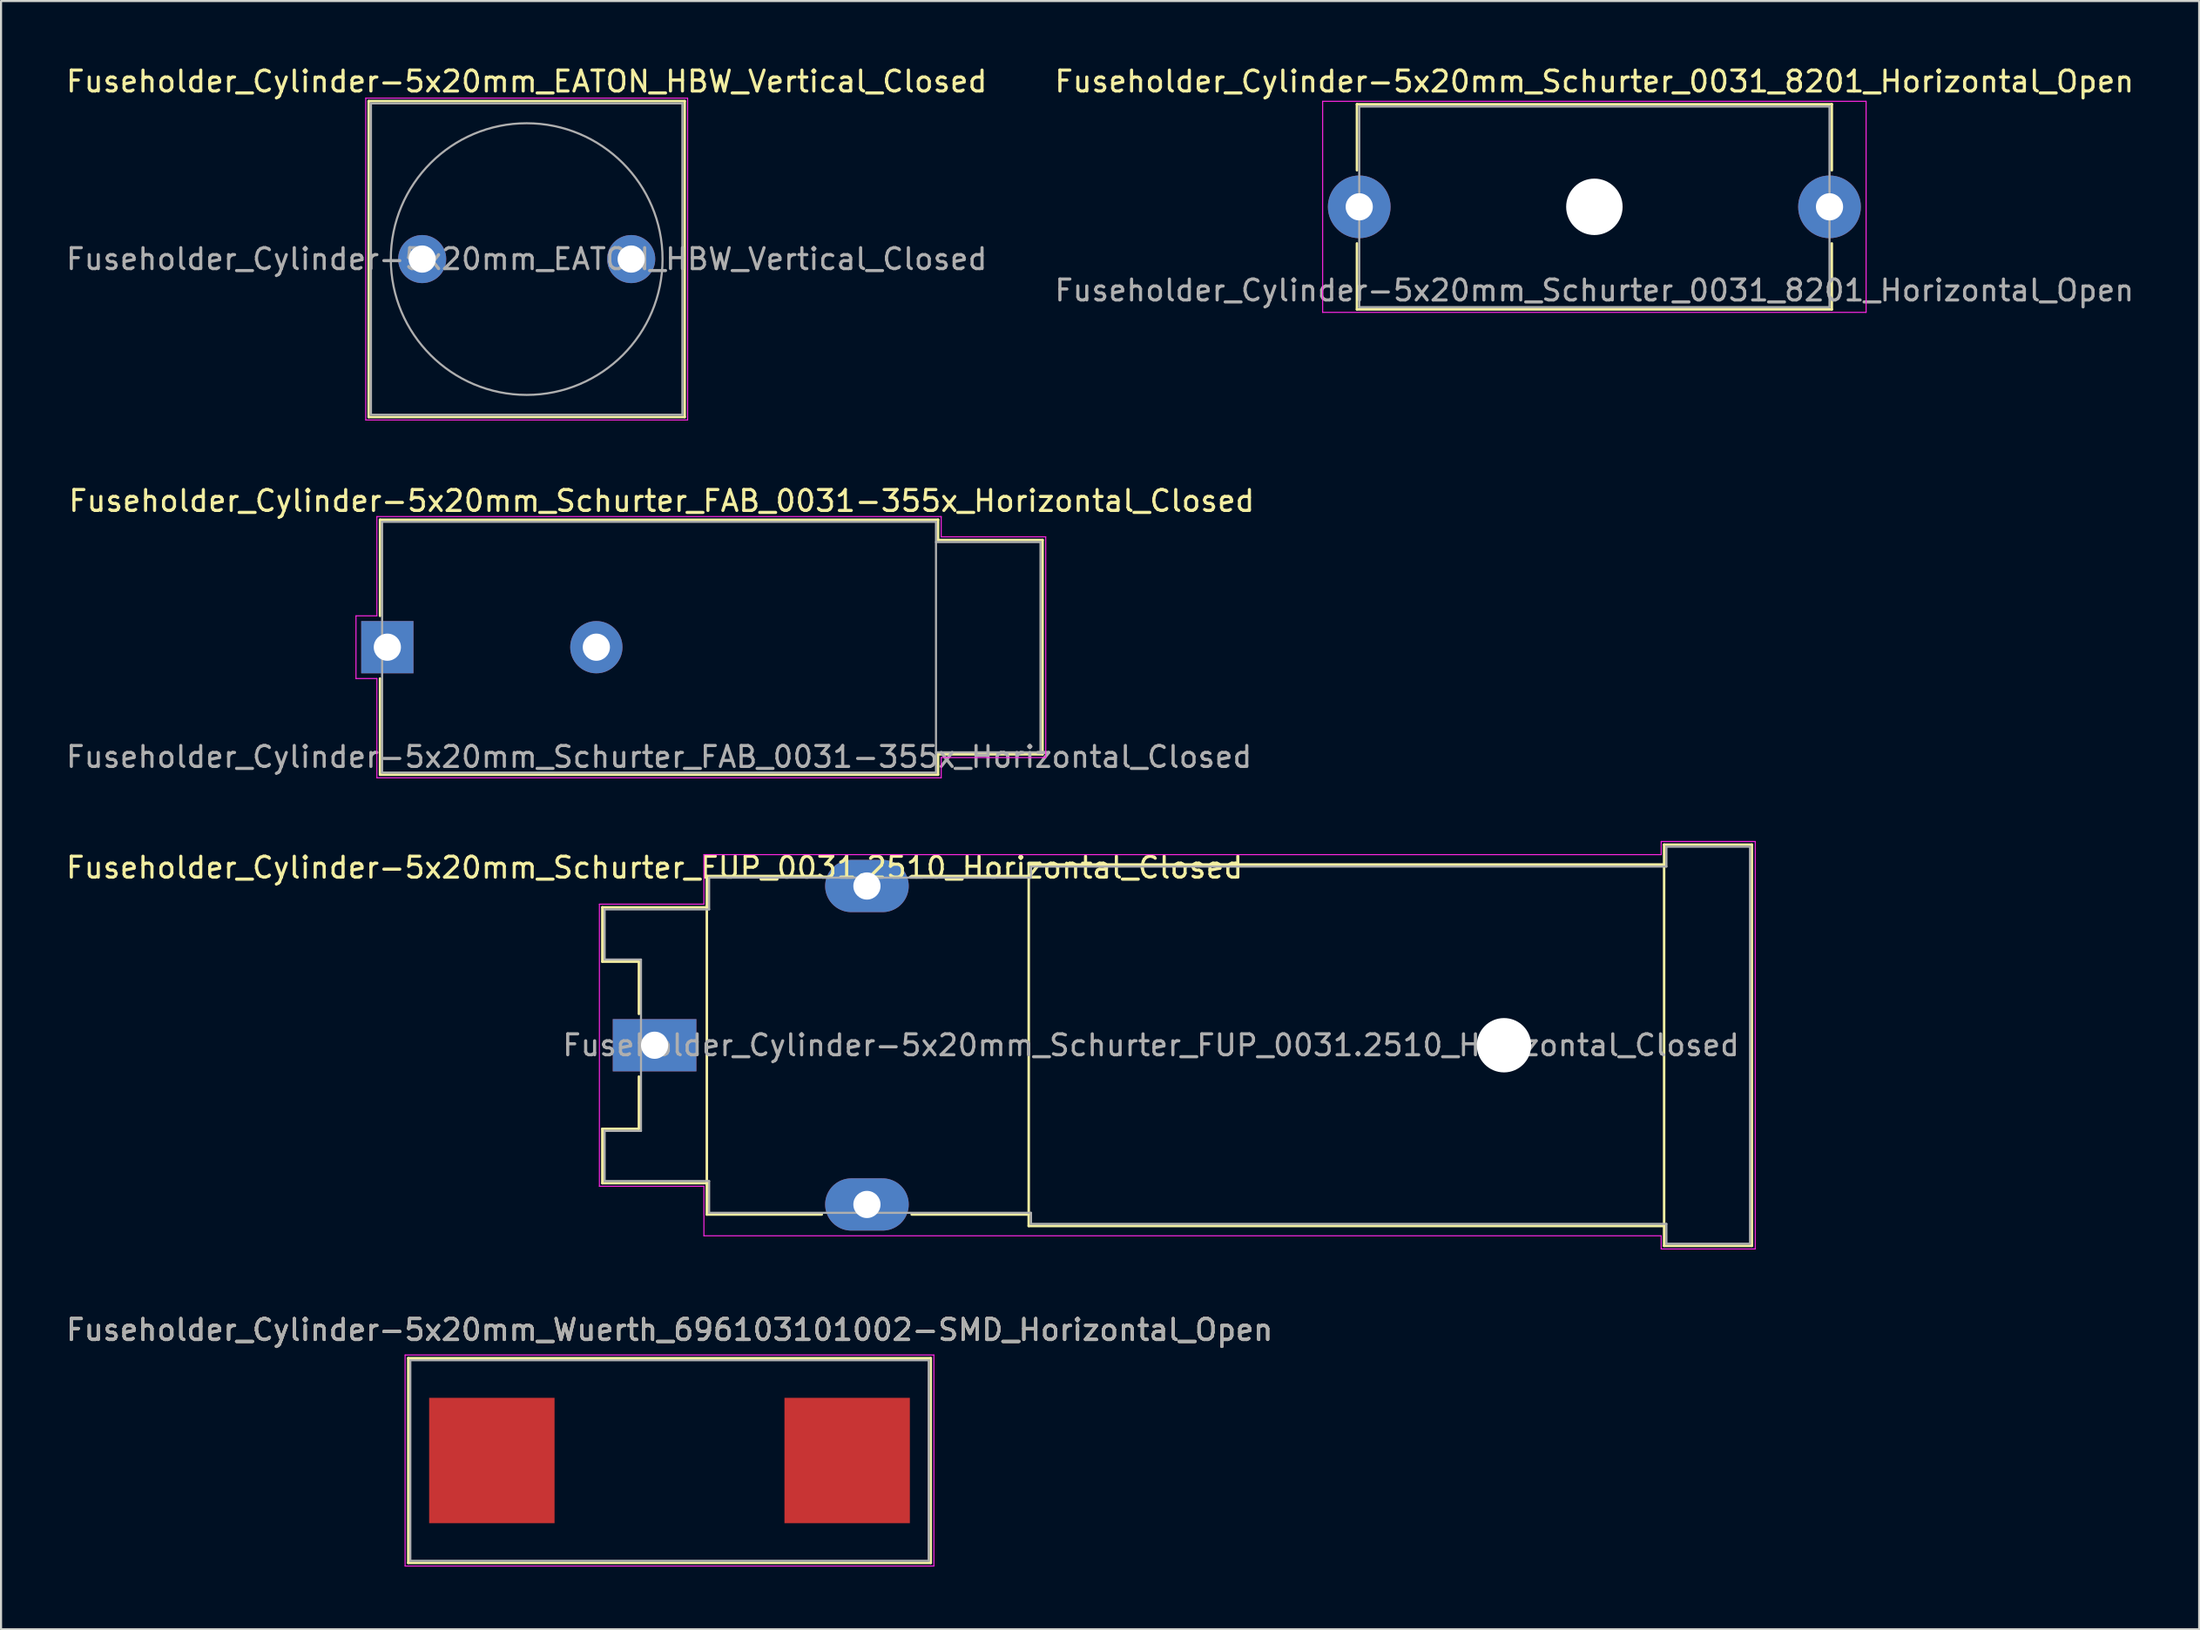
<source format=kicad_pcb>
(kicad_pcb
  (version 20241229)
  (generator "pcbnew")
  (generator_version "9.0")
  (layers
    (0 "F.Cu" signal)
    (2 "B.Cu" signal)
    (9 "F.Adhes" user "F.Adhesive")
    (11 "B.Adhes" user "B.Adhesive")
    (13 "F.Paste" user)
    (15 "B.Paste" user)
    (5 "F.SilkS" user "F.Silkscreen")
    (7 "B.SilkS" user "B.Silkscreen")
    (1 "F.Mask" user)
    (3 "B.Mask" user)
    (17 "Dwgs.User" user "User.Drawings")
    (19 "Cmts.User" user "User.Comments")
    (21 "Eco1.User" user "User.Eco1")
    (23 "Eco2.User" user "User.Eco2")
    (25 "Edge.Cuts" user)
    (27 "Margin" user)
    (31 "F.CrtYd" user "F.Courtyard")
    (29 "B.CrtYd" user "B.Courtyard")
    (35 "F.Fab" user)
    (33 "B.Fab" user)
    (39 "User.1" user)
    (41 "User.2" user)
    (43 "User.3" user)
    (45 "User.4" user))
  (footprint "Fuseholder_Cylinder-5x20mm_Schurter_0031_8201_Horizontal_Open"
    (layer "F.Cu")
    (at 61.982 6.848)
    (property "Reference" "Fuseholder_Cylinder-5x20mm_Schurter_0031_8201_Horizontal_Open" (at 11.25 -6 0) (layer "F.SilkS") (effects (font (size 1 1) (thickness 0.15))))
    (attr through_hole)
    (fp_line (start -0.11 -4.91) (end 22.61 -4.91) (stroke (width 0.12) (type solid)) (layer "F.SilkS"))
    (fp_line (start -0.11 -1.75) (end -0.11 -4.91) (stroke (width 0.12) (type solid)) (layer "F.SilkS"))
    (fp_line (start -0.11 4.91) (end -0.11 1.75) (stroke (width 0.12) (type solid)) (layer "F.SilkS"))
    (fp_line (start -0.11 4.91) (end 22.61 4.91) (stroke (width 0.12) (type solid)) (layer "F.SilkS"))
    (fp_line (start 22.61 -1.75) (end 22.61 -4.91) (stroke (width 0.12) (type solid)) (layer "F.SilkS"))
    (fp_line (start 22.61 4.91) (end 22.61 1.75) (stroke (width 0.12) (type solid)) (layer "F.SilkS"))
    (fp_line (start -1.75 -5.05) (end 24.25 -5.05) (stroke (width 0.05) (type solid)) (layer "F.CrtYd"))
    (fp_line (start -1.75 5.05) (end -1.75 -5.05) (stroke (width 0.05) (type solid)) (layer "F.CrtYd"))
    (fp_line (start 24.25 -5.05) (end 24.25 5.05) (stroke (width 0.05) (type solid)) (layer "F.CrtYd"))
    (fp_line (start 24.25 5.05) (end -1.75 5.05) (stroke (width 0.05) (type solid)) (layer "F.CrtYd"))
    (fp_line (start 0 -4.8) (end 0 4.8) (stroke (width 0.1) (type solid)) (layer "F.Fab"))
    (fp_line (start 0 4.8) (end 22.5 4.8) (stroke (width 0.1) (type solid)) (layer "F.Fab"))
    (fp_line (start 22.5 -4.8) (end 0 -4.8) (stroke (width 0.1) (type solid)) (layer "F.Fab"))
    (fp_line (start 22.5 4.8) (end 22.5 -4.8) (stroke (width 0.1) (type solid)) (layer "F.Fab"))
    (fp_text user "${REFERENCE}" (at 11.25 4 0) (layer "F.Fab") (effects (font (size 1 1) (thickness 0.15))))
    (pad "" np_thru_hole circle (at 11.25 0) (size 2.7 2.7) (drill 2.7) (layers "*.Cu" "*.Mask"))
    (pad "1" thru_hole circle (at 0 0) (size 3 3) (drill 1.3) (layers "*.Cu" "*.Mask"))
    (pad "2" thru_hole circle (at 22.5 0) (size 3 3) (drill 1.3) (layers "*.Cu" "*.Mask")))
  (footprint "Fuseholder_Cylinder-5x20mm_EATON_HBW_Vertical_Closed"
    (layer "F.Cu")
    (at 17.149 9.348)
    (property "Reference" "Fuseholder_Cylinder-5x20mm_EATON_HBW_Vertical_Closed" (at 5 -8.5 0) (layer "F.SilkS") (effects (font (size 1 1) (thickness 0.15))))
    (attr through_hole)
    (fp_line (start -2.56 -7.56) (end 12.56 -7.56) (stroke (width 0.12) (type solid)) (layer "F.SilkS"))
    (fp_line (start -2.56 7.56) (end -2.56 -7.56) (stroke (width 0.12) (type solid)) (layer "F.SilkS"))
    (fp_line (start 12.56 -7.56) (end 12.56 7.56) (stroke (width 0.12) (type solid)) (layer "F.SilkS"))
    (fp_line (start 12.56 7.56) (end -2.56 7.56) (stroke (width 0.12) (type solid)) (layer "F.SilkS"))
    (fp_line (start -2.7 -7.7) (end 12.7 -7.7) (stroke (width 0.05) (type solid)) (layer "F.CrtYd"))
    (fp_line (start -2.7 7.7) (end -2.7 -7.7) (stroke (width 0.05) (type solid)) (layer "F.CrtYd"))
    (fp_line (start 12.7 -7.7) (end 12.7 7.7) (stroke (width 0.05) (type solid)) (layer "F.CrtYd"))
    (fp_line (start 12.7 7.7) (end -2.7 7.7) (stroke (width 0.05) (type solid)) (layer "F.CrtYd"))
    (fp_line (start -2.45 -7.45) (end 12.45 -7.45) (stroke (width 0.1) (type solid)) (layer "F.Fab"))
    (fp_line (start -2.45 7.45) (end -2.45 -7.45) (stroke (width 0.1) (type solid)) (layer "F.Fab"))
    (fp_line (start 12.45 -7.45) (end 12.45 7.45) (stroke (width 0.1) (type solid)) (layer "F.Fab"))
    (fp_line (start 12.45 7.45) (end -2.45 7.45) (stroke (width 0.1) (type solid)) (layer "F.Fab"))
    (fp_circle (center 5 0) (end 11.5 0) (stroke (width 0.1) (type solid)) (fill no) (layer "F.Fab"))
    (fp_text user "${REFERENCE}" (at 5 0 0) (layer "F.Fab") (effects (font (size 1 1) (thickness 0.15))))
    (pad "1" thru_hole circle (at 0 0) (size 2.3 2.3) (drill 1.3) (layers "*.Cu" "*.Mask"))
    (pad "2" thru_hole circle (at 10 0) (size 2.3 2.3) (drill 1.3) (layers "*.Cu" "*.Mask")))
  (footprint "Fuseholder_Cylinder-5x20mm_Wuerth_696103101002-SMD_Horizontal_Open"
    (layer "F.Cu")
    (at 28.982 66.845)
    (property "Reference" "Fuseholder_Cylinder-5x20mm_Wuerth_696103101002-SMD_Horizontal_Open" (at 0 -6.25 0) (layer "F.SilkS") (effects (font (size 1 1) (thickness 0.15))))
    (attr smd)
    (fp_line (start -12.5 -4.9) (end 12.5 -4.9) (stroke (width 0.12) (type solid)) (layer "F.SilkS"))
    (fp_line (start -12.5 4.9) (end -12.5 -4.9) (stroke (width 0.12) (type solid)) (layer "F.SilkS"))
    (fp_line (start 12.5 -4.9) (end 12.5 4.9) (stroke (width 0.12) (type solid)) (layer "F.SilkS"))
    (fp_line (start 12.5 4.9) (end -12.5 4.9) (stroke (width 0.12) (type solid)) (layer "F.SilkS"))
    (fp_line (start -12.65 -5.05) (end 12.65 -5.05) (stroke (width 0.05) (type solid)) (layer "F.CrtYd"))
    (fp_line (start -12.65 5.05) (end -12.65 -5.05) (stroke (width 0.05) (type solid)) (layer "F.CrtYd"))
    (fp_line (start 12.65 -5.05) (end 12.65 5.05) (stroke (width 0.05) (type solid)) (layer "F.CrtYd"))
    (fp_line (start 12.65 5.05) (end -12.65 5.05) (stroke (width 0.05) (type solid)) (layer "F.CrtYd"))
    (fp_line (start -12.4 -4.8) (end -12.4 4.8) (stroke (width 0.1) (type solid)) (layer "F.Fab"))
    (fp_line (start -12.4 -4.8) (end 12.4 -4.8) (stroke (width 0.1) (type solid)) (layer "F.Fab"))
    (fp_line (start 12.4 -4.8) (end 12.4 4.8) (stroke (width 0.1) (type solid)) (layer "F.Fab"))
    (fp_line (start 12.4 4.8) (end -12.4 4.8) (stroke (width 0.1) (type solid)) (layer "F.Fab"))
    (fp_text user "${REFERENCE}" (at 0 -6.25 0) (layer "F.Fab") (effects (font (size 1 1) (thickness 0.15))))
    (fp_text user "${REFERENCE}" (at 0 -6.25 0) (layer "F.Fab") (effects (font (size 1 1) (thickness 0.15))))
    (pad "1" smd rect (at -8.5 0) (size 6 6) (layers "F.Cu" "F.Mask" "F.Paste"))
    (pad "2" smd rect (at 8.5 0) (size 6 6) (layers "F.Cu" "F.Mask" "F.Paste")))
  (footprint "Fuseholder_Cylinder-5x20mm_Schurter_FAB_0031-355x_Horizontal_Closed"
    (layer "F.Cu")
    (at 15.482 27.922)
    (property "Reference" "Fuseholder_Cylinder-5x20mm_Schurter_FAB_0031-355x_Horizontal_Closed" (at 13.125 -7 0) (layer "F.SilkS") (effects (font (size 1 1) (thickness 0.15))))
    (attr through_hole)
    (fp_line (start -0.35 -6.1) (end -0.35 -1.5) (stroke (width 0.12) (type solid)) (layer "F.SilkS"))
    (fp_line (start -0.35 1.5) (end -0.35 6.1) (stroke (width 0.12) (type solid)) (layer "F.SilkS"))
    (fp_line (start -0.35 6.1) (end 26.35 6.1) (stroke (width 0.12) (type solid)) (layer "F.SilkS"))
    (fp_line (start 26.35 -6.1) (end -0.35 -6.1) (stroke (width 0.12) (type solid)) (layer "F.SilkS"))
    (fp_line (start 26.35 -5.13) (end 26.35 -6.1) (stroke (width 0.12) (type solid)) (layer "F.SilkS"))
    (fp_line (start 26.35 -5.13) (end 31.35 -5.13) (stroke (width 0.12) (type solid)) (layer "F.SilkS"))
    (fp_line (start 26.35 5.13) (end 26.35 6.1) (stroke (width 0.12) (type solid)) (layer "F.SilkS"))
    (fp_line (start 31.35 -5.13) (end 31.35 5.13) (stroke (width 0.12) (type solid)) (layer "F.SilkS"))
    (fp_line (start 31.35 5.13) (end 26.35 5.13) (stroke (width 0.12) (type solid)) (layer "F.SilkS"))
    (fp_line (start -1.5 -1.5) (end -1.5 1.5) (stroke (width 0.05) (type solid)) (layer "F.CrtYd"))
    (fp_line (start -1.5 1.5) (end -0.5 1.5) (stroke (width 0.05) (type solid)) (layer "F.CrtYd"))
    (fp_line (start -0.5 -6.25) (end -0.5 -1.5) (stroke (width 0.05) (type solid)) (layer "F.CrtYd"))
    (fp_line (start -0.5 -6.25) (end 26.5 -6.25) (stroke (width 0.05) (type solid)) (layer "F.CrtYd"))
    (fp_line (start -0.5 -1.5) (end -1.5 -1.5) (stroke (width 0.05) (type solid)) (layer "F.CrtYd"))
    (fp_line (start -0.5 1.5) (end -0.5 6.25) (stroke (width 0.05) (type solid)) (layer "F.CrtYd"))
    (fp_line (start 26.5 -6.25) (end 26.5 -5.28) (stroke (width 0.05) (type solid)) (layer "F.CrtYd"))
    (fp_line (start 26.5 5.28) (end 26.5 6.25) (stroke (width 0.05) (type solid)) (layer "F.CrtYd"))
    (fp_line (start 26.5 5.28) (end 31.5 5.28) (stroke (width 0.05) (type solid)) (layer "F.CrtYd"))
    (fp_line (start 26.5 6.25) (end -0.5 6.25) (stroke (width 0.05) (type solid)) (layer "F.CrtYd"))
    (fp_line (start 31.5 -5.28) (end 26.5 -5.28) (stroke (width 0.05) (type solid)) (layer "F.CrtYd"))
    (fp_line (start 31.5 5.28) (end 31.5 -5.28) (stroke (width 0.05) (type solid)) (layer "F.CrtYd"))
    (fp_line (start -0.25 -6) (end 26.25 -6) (stroke (width 0.1) (type solid)) (layer "F.Fab"))
    (fp_line (start -0.25 6) (end -0.25 -6) (stroke (width 0.1) (type solid)) (layer "F.Fab"))
    (fp_line (start 26.25 -6) (end 26.25 6) (stroke (width 0.1) (type solid)) (layer "F.Fab"))
    (fp_line (start 26.25 -5.03) (end 31.25 -5.03) (stroke (width 0.1) (type solid)) (layer "F.Fab"))
    (fp_line (start 26.25 6) (end -0.25 6) (stroke (width 0.1) (type solid)) (layer "F.Fab"))
    (fp_line (start 31.25 -5.03) (end 31.25 5.03) (stroke (width 0.1) (type solid)) (layer "F.Fab"))
    (fp_line (start 31.25 5.03) (end 26.25 5.03) (stroke (width 0.1) (type solid)) (layer "F.Fab"))
    (fp_text user "${REFERENCE}" (at 13 5.25 0) (layer "F.Fab") (effects (font (size 1 1) (thickness 0.15))))
    (pad "1" thru_hole rect (at 0 0) (size 2.5 2.5) (drill 1.3) (layers "*.Cu" "*.Mask"))
    (pad "2" thru_hole circle (at 10 0) (size 2.5 2.5) (drill 1.3) (layers "*.Cu" "*.Mask")))
  (footprint "Fuseholder_Cylinder-5x20mm_Schurter_FUP_0031.2510_Horizontal_Closed"
    (layer "F.Cu")
    (at 28.268 46.971)
    (property "Reference" "Fuseholder_Cylinder-5x20mm_Schurter_FUP_0031.2510_Horizontal_Closed" (at 0 -8.5 0) (layer "F.SilkS") (effects (font (size 1 1) (thickness 0.15))))
    (attr through_hole)
    (fp_line (start -2.5 -6.6) (end 2.5 -6.6) (stroke (width 0.12) (type solid)) (layer "F.SilkS"))
    (fp_line (start -2.5 -4) (end -2.5 -6.6) (stroke (width 0.12) (type solid)) (layer "F.SilkS"))
    (fp_line (start -2.5 4) (end -0.75 4) (stroke (width 0.12) (type solid)) (layer "F.SilkS"))
    (fp_line (start -2.5 6.6) (end -2.5 4) (stroke (width 0.12) (type solid)) (layer "F.SilkS"))
    (fp_line (start -2.5 6.6) (end 2.5 6.6) (stroke (width 0.12) (type solid)) (layer "F.SilkS"))
    (fp_line (start -0.75 -4) (end -2.5 -4) (stroke (width 0.12) (type solid)) (layer "F.SilkS"))
    (fp_line (start -0.75 -1.5) (end -0.75 -4) (stroke (width 0.12) (type solid)) (layer "F.SilkS"))
    (fp_line (start -0.75 4) (end -0.75 1.5) (stroke (width 0.12) (type solid)) (layer "F.SilkS"))
    (fp_line (start 2.5 -8.1) (end 8 -8.1) (stroke (width 0.12) (type solid)) (layer "F.SilkS"))
    (fp_line (start 2.5 8.1) (end 2.5 -8.1) (stroke (width 0.12) (type solid)) (layer "F.SilkS"))
    (fp_line (start 2.5 8.1) (end 8 8.1) (stroke (width 0.12) (type solid)) (layer "F.SilkS"))
    (fp_line (start 12.3 -8.1) (end 17.9 -8.1) (stroke (width 0.12) (type solid)) (layer "F.SilkS"))
    (fp_line (start 12.3 8.1) (end 17.9 8.1) (stroke (width 0.12) (type solid)) (layer "F.SilkS"))
    (fp_line (start 17.9 -8.65) (end 48.3 -8.65) (stroke (width 0.12) (type solid)) (layer "F.SilkS"))
    (fp_line (start 17.9 8.65) (end 17.9 -8.65) (stroke (width 0.12) (type solid)) (layer "F.SilkS"))
    (fp_line (start 17.9 8.65) (end 48.3 8.65) (stroke (width 0.12) (type solid)) (layer "F.SilkS"))
    (fp_line (start 48.3 -9.6) (end 52.5 -9.6) (stroke (width 0.12) (type solid)) (layer "F.SilkS"))
    (fp_line (start 48.3 9.6) (end 48.3 -9.6) (stroke (width 0.12) (type solid)) (layer "F.SilkS"))
    (fp_line (start 48.3 9.6) (end 52.5 9.6) (stroke (width 0.12) (type solid)) (layer "F.SilkS"))
    (fp_line (start 52.5 -9.6) (end 52.5 9.6) (stroke (width 0.12) (type solid)) (layer "F.SilkS"))
    (fp_line (start -2.64 -6.75) (end 2.36 -6.75) (stroke (width 0.05) (type solid)) (layer "F.CrtYd"))
    (fp_line (start -2.64 6.75) (end -2.64 -6.75) (stroke (width 0.05) (type solid)) (layer "F.CrtYd"))
    (fp_line (start -2.64 6.75) (end 2.36 6.75) (stroke (width 0.05) (type solid)) (layer "F.CrtYd"))
    (fp_line (start 2.36 -9.12) (end 2.36 -6.75) (stroke (width 0.05) (type solid)) (layer "F.CrtYd"))
    (fp_line (start 2.36 -9.12) (end 48.16 -9.12) (stroke (width 0.05) (type solid)) (layer "F.CrtYd"))
    (fp_line (start 2.36 6.75) (end 2.36 9.12) (stroke (width 0.05) (type solid)) (layer "F.CrtYd"))
    (fp_line (start 48.16 -9.75) (end 48.16 -9.12) (stroke (width 0.05) (type solid)) (layer "F.CrtYd"))
    (fp_line (start 48.16 -9.75) (end 52.66 -9.75) (stroke (width 0.05) (type solid)) (layer "F.CrtYd"))
    (fp_line (start 48.16 9.12) (end 2.36 9.12) (stroke (width 0.05) (type solid)) (layer "F.CrtYd"))
    (fp_line (start 48.16 9.12) (end 48.16 9.75) (stroke (width 0.05) (type solid)) (layer "F.CrtYd"))
    (fp_line (start 48.16 9.75) (end 52.66 9.75) (stroke (width 0.05) (type solid)) (layer "F.CrtYd"))
    (fp_line (start 52.66 -9.75) (end 52.66 9.75) (stroke (width 0.05) (type solid)) (layer "F.CrtYd"))
    (fp_line (start -2.39 -4.1) (end -2.39 -6.5) (stroke (width 0.1) (type solid)) (layer "F.Fab"))
    (fp_line (start -2.39 -4.1) (end -0.65 -4.1) (stroke (width 0.1) (type solid)) (layer "F.Fab"))
    (fp_line (start -2.39 4.1) (end -2.39 6.5) (stroke (width 0.1) (type solid)) (layer "F.Fab"))
    (fp_line (start -2.39 6.5) (end 2.61 6.5) (stroke (width 0.1) (type solid)) (layer "F.Fab"))
    (fp_line (start -0.65 -4.1) (end -0.65 4.1) (stroke (width 0.1) (type solid)) (layer "F.Fab"))
    (fp_line (start -0.65 4.1) (end -2.39 4.1) (stroke (width 0.1) (type solid)) (layer "F.Fab"))
    (fp_line (start 2.61 -8.02) (end 2.61 -6.5) (stroke (width 0.1) (type solid)) (layer "F.Fab"))
    (fp_line (start 2.61 -6.5) (end -2.39 -6.5) (stroke (width 0.1) (type solid)) (layer "F.Fab"))
    (fp_line (start 2.61 6.5) (end 2.61 8.02) (stroke (width 0.1) (type solid)) (layer "F.Fab"))
    (fp_line (start 2.61 8.02) (end 18.01 8.02) (stroke (width 0.1) (type solid)) (layer "F.Fab"))
    (fp_line (start 18.01 -8.55) (end 18.01 -8.02) (stroke (width 0.1) (type solid)) (layer "F.Fab"))
    (fp_line (start 18.01 -8.02) (end 2.61 -8.02) (stroke (width 0.1) (type solid)) (layer "F.Fab"))
    (fp_line (start 18.01 8.02) (end 18.01 8.55) (stroke (width 0.1) (type solid)) (layer "F.Fab"))
    (fp_line (start 18.01 8.55) (end 48.41 8.55) (stroke (width 0.1) (type solid)) (layer "F.Fab"))
    (fp_line (start 48.41 -9.5) (end 48.41 -8.55) (stroke (width 0.1) (type solid)) (layer "F.Fab"))
    (fp_line (start 48.41 -8.55) (end 18.01 -8.55) (stroke (width 0.1) (type solid)) (layer "F.Fab"))
    (fp_line (start 48.41 8.55) (end 48.41 9.5) (stroke (width 0.1) (type solid)) (layer "F.Fab"))
    (fp_line (start 48.41 9.5) (end 52.41 9.5) (stroke (width 0.1) (type solid)) (layer "F.Fab"))
    (fp_line (start 52.41 -9.5) (end 48.41 -9.5) (stroke (width 0.1) (type solid)) (layer "F.Fab"))
    (fp_line (start 52.41 -9.5) (end 52.41 9.5) (stroke (width 0.1) (type solid)) (layer "F.Fab"))
    (fp_text user "${REFERENCE}" (at 23.75 0 0) (layer "F.Fab") (effects (font (size 1 1) (thickness 0.15))))
    (pad "" np_thru_hole circle (at 40.64 0) (size 2.6 2.6) (drill 2.6) (layers "*.Cu" "*.Mask"))
    (pad "1" thru_hole rect (at 0 0) (size 4 2.5) (drill 1.3) (layers "*.Cu" "*.Mask"))
    (pad "2" thru_hole oval (at 10.16 -7.62) (size 4 2.5) (drill 1.3) (layers "*.Cu" "*.Mask"))
    (pad "2" thru_hole oval (at 10.16 7.62) (size 4 2.5) (drill 1.3) (layers "*.Cu" "*.Mask")))
  (gr_rect
    (start -3 -3)
    (end 102.167 74.92)
    (stroke (width 0.1) (type default))
    (fill no)
    (layer "Edge.Cuts")))
</source>
